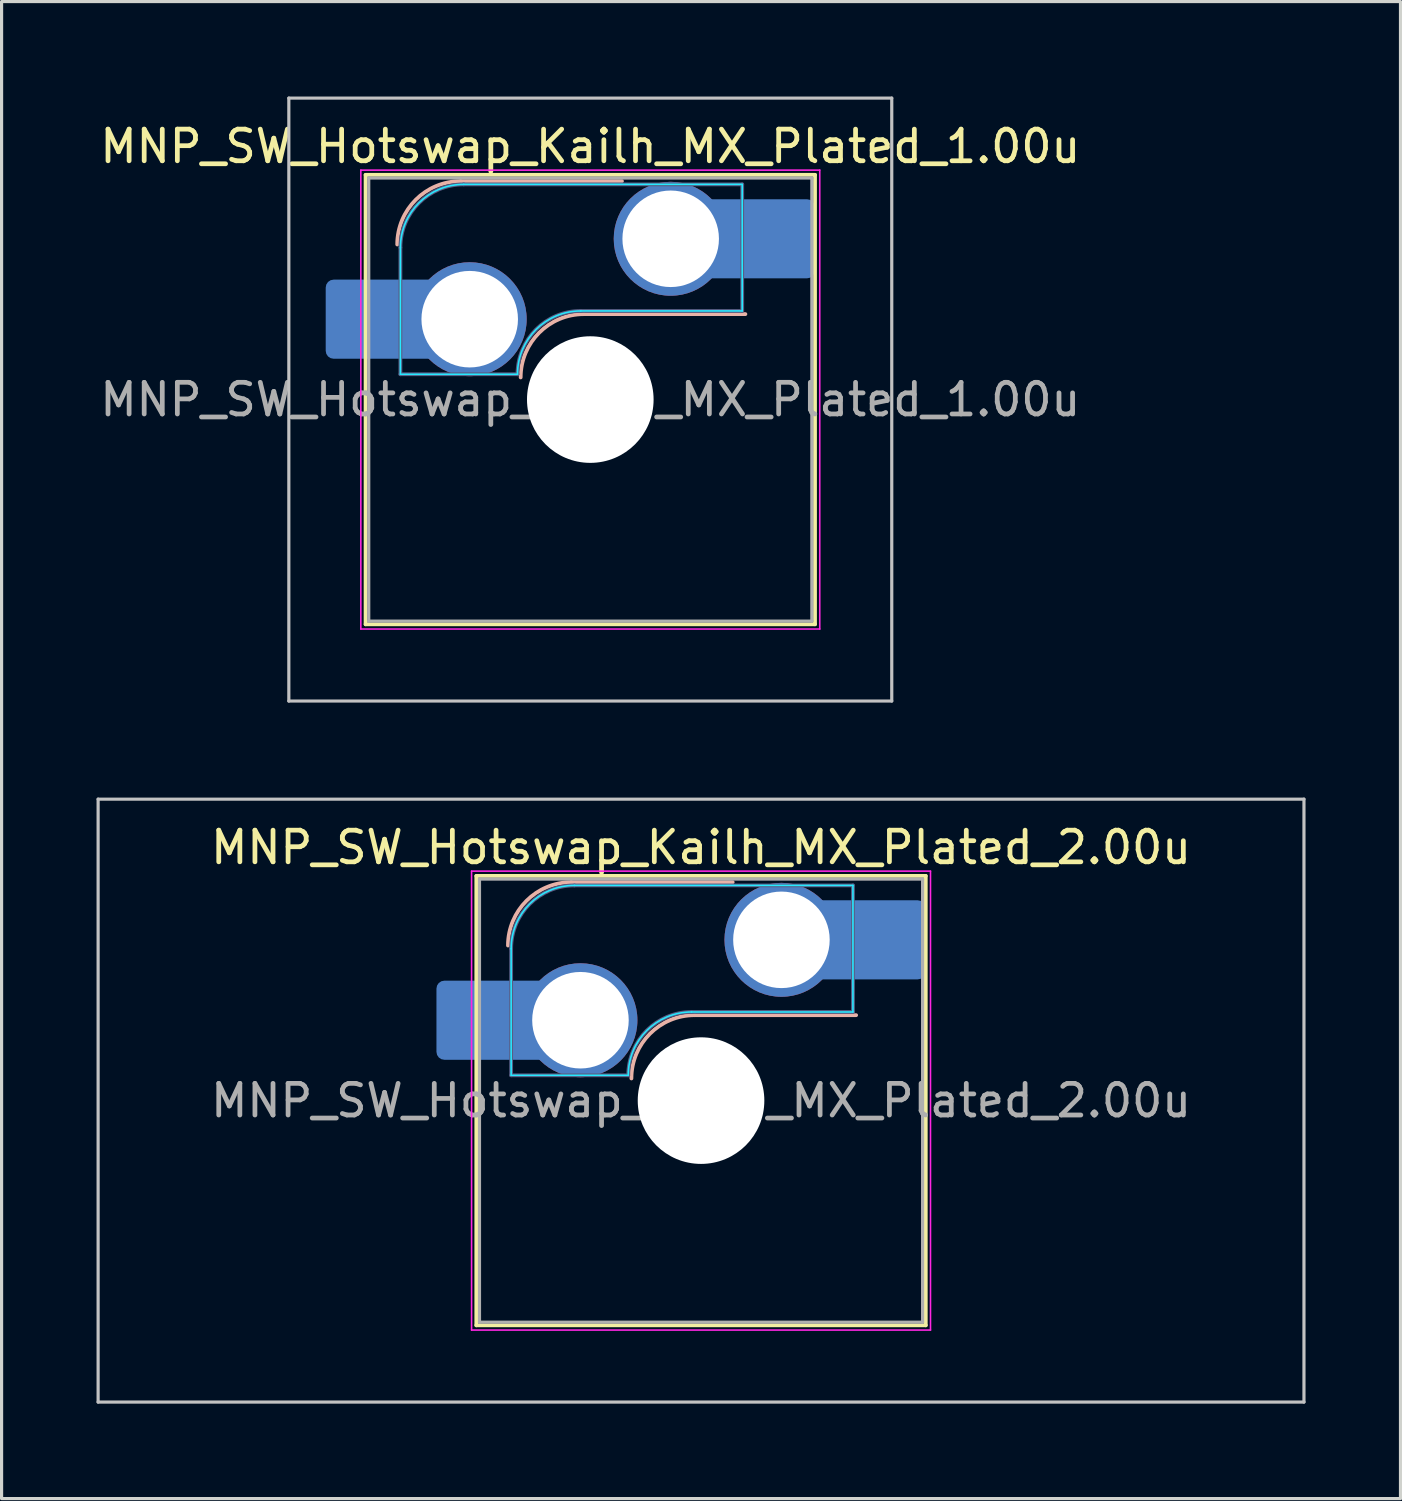
<source format=kicad_pcb>
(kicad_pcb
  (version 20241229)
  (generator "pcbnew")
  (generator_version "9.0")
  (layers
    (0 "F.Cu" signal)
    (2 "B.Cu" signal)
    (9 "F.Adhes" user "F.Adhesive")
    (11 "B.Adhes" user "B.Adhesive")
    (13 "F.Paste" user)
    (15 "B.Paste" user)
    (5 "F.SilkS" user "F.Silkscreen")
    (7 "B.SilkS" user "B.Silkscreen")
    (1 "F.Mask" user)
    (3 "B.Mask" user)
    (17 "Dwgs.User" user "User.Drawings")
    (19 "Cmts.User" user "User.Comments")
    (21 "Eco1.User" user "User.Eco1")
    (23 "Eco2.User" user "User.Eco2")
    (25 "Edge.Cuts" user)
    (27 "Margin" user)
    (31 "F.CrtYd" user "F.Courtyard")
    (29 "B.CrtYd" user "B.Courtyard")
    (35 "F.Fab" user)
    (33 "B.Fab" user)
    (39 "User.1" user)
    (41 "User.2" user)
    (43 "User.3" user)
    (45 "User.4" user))
  (footprint "MNP_SW_Hotswap_Kailh_MX_Plated_1.00u"
    (layer "F.Cu")
    (at 15.601 9.575)
    (property "Reference" "MNP_SW_Hotswap_Kailh_MX_Plated_1.00u" (at 0 -8 0) (layer "F.SilkS") (effects (font (size 1 1) (thickness 0.15))))
    (attr smd)
    (fp_line (start -7.1 -7.1) (end -7.1 7.1) (stroke (width 0.12) (type solid)) (layer "F.SilkS"))
    (fp_line (start -7.1 7.1) (end 7.1 7.1) (stroke (width 0.12) (type solid)) (layer "F.SilkS"))
    (fp_line (start 7.1 -7.1) (end -7.1 -7.1) (stroke (width 0.12) (type solid)) (layer "F.SilkS"))
    (fp_line (start 7.1 7.1) (end 7.1 -7.1) (stroke (width 0.12) (type solid)) (layer "F.SilkS"))
    (fp_line (start -4.1 -6.9) (end 1 -6.9) (stroke (width 0.12) (type solid)) (layer "B.SilkS"))
    (fp_line (start -0.2 -2.7) (end 4.9 -2.7) (stroke (width 0.12) (type solid)) (layer "B.SilkS"))
    (fp_arc (start -6.1 -4.9) (mid -5.514214 -6.314214) (end -4.1 -6.9) (stroke (width 0.12) (type solid)) (layer "B.SilkS"))
    (fp_arc (start -2.2 -0.7) (mid -1.614214 -2.114214) (end -0.2 -2.7) (stroke (width 0.12) (type solid)) (layer "B.SilkS"))
    (fp_line (start -9.525 -9.525) (end -9.525 9.525) (stroke (width 0.1) (type solid)) (layer "Dwgs.User"))
    (fp_line (start -9.525 9.525) (end 9.525 9.525) (stroke (width 0.1) (type solid)) (layer "Dwgs.User"))
    (fp_line (start 9.525 -9.525) (end -9.525 -9.525) (stroke (width 0.1) (type solid)) (layer "Dwgs.User"))
    (fp_line (start 9.525 9.525) (end 9.525 -9.525) (stroke (width 0.1) (type solid)) (layer "Dwgs.User"))
    (fp_line (start -7.8 -6) (end -7 -6) (stroke (width 0.1) (type solid)) (layer "Eco1.User"))
    (fp_line (start -7.8 -2.9) (end -7.8 -6) (stroke (width 0.1) (type solid)) (layer "Eco1.User"))
    (fp_line (start -7.8 2.9) (end -7 2.9) (stroke (width 0.1) (type solid)) (layer "Eco1.User"))
    (fp_line (start -7.8 6) (end -7.8 2.9) (stroke (width 0.1) (type solid)) (layer "Eco1.User"))
    (fp_line (start -7 -7) (end 7 -7) (stroke (width 0.1) (type solid)) (layer "Eco1.User"))
    (fp_line (start -7 -6) (end -7 -7) (stroke (width 0.1) (type solid)) (layer "Eco1.User"))
    (fp_line (start -7 -2.9) (end -7.8 -2.9) (stroke (width 0.1) (type solid)) (layer "Eco1.User"))
    (fp_line (start -7 2.9) (end -7 -2.9) (stroke (width 0.1) (type solid)) (layer "Eco1.User"))
    (fp_line (start -7 6) (end -7.8 6) (stroke (width 0.1) (type solid)) (layer "Eco1.User"))
    (fp_line (start -7 7) (end -7 6) (stroke (width 0.1) (type solid)) (layer "Eco1.User"))
    (fp_line (start 7 -7) (end 7 -6) (stroke (width 0.1) (type solid)) (layer "Eco1.User"))
    (fp_line (start 7 -6) (end 7.8 -6) (stroke (width 0.1) (type solid)) (layer "Eco1.User"))
    (fp_line (start 7 -2.9) (end 7 2.9) (stroke (width 0.1) (type solid)) (layer "Eco1.User"))
    (fp_line (start 7 2.9) (end 7.8 2.9) (stroke (width 0.1) (type solid)) (layer "Eco1.User"))
    (fp_line (start 7 6) (end 7 7) (stroke (width 0.1) (type solid)) (layer "Eco1.User"))
    (fp_line (start 7 7) (end -7 7) (stroke (width 0.1) (type solid)) (layer "Eco1.User"))
    (fp_line (start 7.8 -6) (end 7.8 -2.9) (stroke (width 0.1) (type solid)) (layer "Eco1.User"))
    (fp_line (start 7.8 -2.9) (end 7 -2.9) (stroke (width 0.1) (type solid)) (layer "Eco1.User"))
    (fp_line (start 7.8 2.9) (end 7.8 6) (stroke (width 0.1) (type solid)) (layer "Eco1.User"))
    (fp_line (start 7.8 6) (end 7 6) (stroke (width 0.1) (type solid)) (layer "Eco1.User"))
    (fp_line (start -6 -0.8) (end -6 -4.8) (stroke (width 0.05) (type solid)) (layer "B.CrtYd"))
    (fp_line (start -6 -0.8) (end -2.3 -0.8) (stroke (width 0.05) (type solid)) (layer "B.CrtYd"))
    (fp_line (start -4 -6.8) (end 4.8 -6.8) (stroke (width 0.05) (type solid)) (layer "B.CrtYd"))
    (fp_line (start -0.3 -2.8) (end 4.8 -2.8) (stroke (width 0.05) (type solid)) (layer "B.CrtYd"))
    (fp_line (start 4.8 -6.8) (end 4.8 -2.8) (stroke (width 0.05) (type solid)) (layer "B.CrtYd"))
    (fp_arc (start -6 -4.8) (mid -5.414214 -6.214214) (end -4 -6.8) (stroke (width 0.05) (type solid)) (layer "B.CrtYd"))
    (fp_arc (start -2.3 -0.8) (mid -1.714214 -2.214214) (end -0.3 -2.8) (stroke (width 0.05) (type solid)) (layer "B.CrtYd"))
    (fp_line (start -7.25 -7.25) (end -7.25 7.25) (stroke (width 0.05) (type solid)) (layer "F.CrtYd"))
    (fp_line (start -7.25 7.25) (end 7.25 7.25) (stroke (width 0.05) (type solid)) (layer "F.CrtYd"))
    (fp_line (start 7.25 -7.25) (end -7.25 -7.25) (stroke (width 0.05) (type solid)) (layer "F.CrtYd"))
    (fp_line (start 7.25 7.25) (end 7.25 -7.25) (stroke (width 0.05) (type solid)) (layer "F.CrtYd"))
    (fp_line (start -6 -0.8) (end -6 -4.8) (stroke (width 0.12) (type solid)) (layer "B.Fab"))
    (fp_line (start -6 -0.8) (end -2.3 -0.8) (stroke (width 0.12) (type solid)) (layer "B.Fab"))
    (fp_line (start -4 -6.8) (end 4.8 -6.8) (stroke (width 0.12) (type solid)) (layer "B.Fab"))
    (fp_line (start -0.3 -2.8) (end 4.8 -2.8) (stroke (width 0.12) (type solid)) (layer "B.Fab"))
    (fp_line (start 4.8 -6.8) (end 4.8 -2.8) (stroke (width 0.12) (type solid)) (layer "B.Fab"))
    (fp_arc (start -6 -4.8) (mid -5.414214 -6.214214) (end -4 -6.8) (stroke (width 0.12) (type solid)) (layer "B.Fab"))
    (fp_arc (start -2.3 -0.8) (mid -1.714214 -2.214214) (end -0.3 -2.8) (stroke (width 0.12) (type solid)) (layer "B.Fab"))
    (fp_line (start -7 -7) (end -7 7) (stroke (width 0.1) (type solid)) (layer "F.Fab"))
    (fp_line (start -7 7) (end 7 7) (stroke (width 0.1) (type solid)) (layer "F.Fab"))
    (fp_line (start 7 -7) (end -7 -7) (stroke (width 0.1) (type solid)) (layer "F.Fab"))
    (fp_line (start 7 7) (end 7 -7) (stroke (width 0.1) (type solid)) (layer "F.Fab"))
    (fp_text user "${REFERENCE}" (at 0 0 0) (layer "F.Fab") (effects (font (size 1 1) (thickness 0.15))))
    (pad "" smd roundrect (at -7.085 -2.54) (size 2.55 2.5) (layers "B.Mask" "B.Paste") (roundrect_rratio 0.1))
    (pad "" np_thru_hole circle (at 0 0) (size 4 4) (drill 4) (layers "*.Cu" "*.Mask"))
    (pad "" smd roundrect (at 5.842 -5.08) (size 2.55 2.5) (layers "B.Mask" "B.Paste") (roundrect_rratio 0.1))
    (pad "1" smd roundrect (at -6.585 -2.54) (size 3.55 2.5) (layers "B.Cu") (roundrect_rratio 0.1))
    (pad "1" thru_hole circle (at -3.81 -2.54) (size 3.6 3.6) (drill 3.05) (layers "*.Cu" "*.Mask"))
    (pad "2" thru_hole circle (at 2.54 -5.08) (size 3.6 3.6) (drill 3.05) (layers "*.Cu" "*.Mask"))
    (pad "2" smd roundrect (at 5.32 -5.08) (size 3.55 2.5) (layers "B.Cu") (roundrect_rratio 0.1)))
  (footprint "MNP_SW_Hotswap_Kailh_MX_Plated_2.00u"
    (layer "F.Cu")
    (at 19.1 31.725)
    (property "Reference" "MNP_SW_Hotswap_Kailh_MX_Plated_2.00u" (at 0 -8 0) (layer "F.SilkS") (effects (font (size 1 1) (thickness 0.15))))
    (attr smd)
    (fp_line (start -7.1 -7.1) (end -7.1 7.1) (stroke (width 0.12) (type solid)) (layer "F.SilkS"))
    (fp_line (start -7.1 7.1) (end 7.1 7.1) (stroke (width 0.12) (type solid)) (layer "F.SilkS"))
    (fp_line (start 7.1 -7.1) (end -7.1 -7.1) (stroke (width 0.12) (type solid)) (layer "F.SilkS"))
    (fp_line (start 7.1 7.1) (end 7.1 -7.1) (stroke (width 0.12) (type solid)) (layer "F.SilkS"))
    (fp_line (start -4.1 -6.9) (end 1 -6.9) (stroke (width 0.12) (type solid)) (layer "B.SilkS"))
    (fp_line (start -0.2 -2.7) (end 4.9 -2.7) (stroke (width 0.12) (type solid)) (layer "B.SilkS"))
    (fp_arc (start -6.1 -4.9) (mid -5.514214 -6.314214) (end -4.1 -6.9) (stroke (width 0.12) (type solid)) (layer "B.SilkS"))
    (fp_arc (start -2.2 -0.7) (mid -1.614214 -2.114214) (end -0.2 -2.7) (stroke (width 0.12) (type solid)) (layer "B.SilkS"))
    (fp_line (start -19.05 -9.525) (end -19.05 9.525) (stroke (width 0.1) (type solid)) (layer "Dwgs.User"))
    (fp_line (start -19.05 9.525) (end 19.05 9.525) (stroke (width 0.1) (type solid)) (layer "Dwgs.User"))
    (fp_line (start 19.05 -9.525) (end -19.05 -9.525) (stroke (width 0.1) (type solid)) (layer "Dwgs.User"))
    (fp_line (start 19.05 9.525) (end 19.05 -9.525) (stroke (width 0.1) (type solid)) (layer "Dwgs.User"))
    (fp_line (start -7.8 -6) (end -7 -6) (stroke (width 0.1) (type solid)) (layer "Eco1.User"))
    (fp_line (start -7.8 -2.9) (end -7.8 -6) (stroke (width 0.1) (type solid)) (layer "Eco1.User"))
    (fp_line (start -7.8 2.9) (end -7 2.9) (stroke (width 0.1) (type solid)) (layer "Eco1.User"))
    (fp_line (start -7.8 6) (end -7.8 2.9) (stroke (width 0.1) (type solid)) (layer "Eco1.User"))
    (fp_line (start -7 -7) (end 7 -7) (stroke (width 0.1) (type solid)) (layer "Eco1.User"))
    (fp_line (start -7 -6) (end -7 -7) (stroke (width 0.1) (type solid)) (layer "Eco1.User"))
    (fp_line (start -7 -2.9) (end -7.8 -2.9) (stroke (width 0.1) (type solid)) (layer "Eco1.User"))
    (fp_line (start -7 2.9) (end -7 -2.9) (stroke (width 0.1) (type solid)) (layer "Eco1.User"))
    (fp_line (start -7 6) (end -7.8 6) (stroke (width 0.1) (type solid)) (layer "Eco1.User"))
    (fp_line (start -7 7) (end -7 6) (stroke (width 0.1) (type solid)) (layer "Eco1.User"))
    (fp_line (start 7 -7) (end 7 -6) (stroke (width 0.1) (type solid)) (layer "Eco1.User"))
    (fp_line (start 7 -6) (end 7.8 -6) (stroke (width 0.1) (type solid)) (layer "Eco1.User"))
    (fp_line (start 7 -2.9) (end 7 2.9) (stroke (width 0.1) (type solid)) (layer "Eco1.User"))
    (fp_line (start 7 2.9) (end 7.8 2.9) (stroke (width 0.1) (type solid)) (layer "Eco1.User"))
    (fp_line (start 7 6) (end 7 7) (stroke (width 0.1) (type solid)) (layer "Eco1.User"))
    (fp_line (start 7 7) (end -7 7) (stroke (width 0.1) (type solid)) (layer "Eco1.User"))
    (fp_line (start 7.8 -6) (end 7.8 -2.9) (stroke (width 0.1) (type solid)) (layer "Eco1.User"))
    (fp_line (start 7.8 -2.9) (end 7 -2.9) (stroke (width 0.1) (type solid)) (layer "Eco1.User"))
    (fp_line (start 7.8 2.9) (end 7.8 6) (stroke (width 0.1) (type solid)) (layer "Eco1.User"))
    (fp_line (start 7.8 6) (end 7 6) (stroke (width 0.1) (type solid)) (layer "Eco1.User"))
    (fp_line (start -6 -0.8) (end -6 -4.8) (stroke (width 0.05) (type solid)) (layer "B.CrtYd"))
    (fp_line (start -6 -0.8) (end -2.3 -0.8) (stroke (width 0.05) (type solid)) (layer "B.CrtYd"))
    (fp_line (start -4 -6.8) (end 4.8 -6.8) (stroke (width 0.05) (type solid)) (layer "B.CrtYd"))
    (fp_line (start -0.3 -2.8) (end 4.8 -2.8) (stroke (width 0.05) (type solid)) (layer "B.CrtYd"))
    (fp_line (start 4.8 -6.8) (end 4.8 -2.8) (stroke (width 0.05) (type solid)) (layer "B.CrtYd"))
    (fp_arc (start -6 -4.8) (mid -5.414214 -6.214214) (end -4 -6.8) (stroke (width 0.05) (type solid)) (layer "B.CrtYd"))
    (fp_arc (start -2.3 -0.8) (mid -1.714214 -2.214214) (end -0.3 -2.8) (stroke (width 0.05) (type solid)) (layer "B.CrtYd"))
    (fp_line (start -7.25 -7.25) (end -7.25 7.25) (stroke (width 0.05) (type solid)) (layer "F.CrtYd"))
    (fp_line (start -7.25 7.25) (end 7.25 7.25) (stroke (width 0.05) (type solid)) (layer "F.CrtYd"))
    (fp_line (start 7.25 -7.25) (end -7.25 -7.25) (stroke (width 0.05) (type solid)) (layer "F.CrtYd"))
    (fp_line (start 7.25 7.25) (end 7.25 -7.25) (stroke (width 0.05) (type solid)) (layer "F.CrtYd"))
    (fp_line (start -6 -0.8) (end -6 -4.8) (stroke (width 0.12) (type solid)) (layer "B.Fab"))
    (fp_line (start -6 -0.8) (end -2.3 -0.8) (stroke (width 0.12) (type solid)) (layer "B.Fab"))
    (fp_line (start -4 -6.8) (end 4.8 -6.8) (stroke (width 0.12) (type solid)) (layer "B.Fab"))
    (fp_line (start -0.3 -2.8) (end 4.8 -2.8) (stroke (width 0.12) (type solid)) (layer "B.Fab"))
    (fp_line (start 4.8 -6.8) (end 4.8 -2.8) (stroke (width 0.12) (type solid)) (layer "B.Fab"))
    (fp_arc (start -6 -4.8) (mid -5.414214 -6.214214) (end -4 -6.8) (stroke (width 0.12) (type solid)) (layer "B.Fab"))
    (fp_arc (start -2.3 -0.8) (mid -1.714214 -2.214214) (end -0.3 -2.8) (stroke (width 0.12) (type solid)) (layer "B.Fab"))
    (fp_line (start -7 -7) (end -7 7) (stroke (width 0.1) (type solid)) (layer "F.Fab"))
    (fp_line (start -7 7) (end 7 7) (stroke (width 0.1) (type solid)) (layer "F.Fab"))
    (fp_line (start 7 -7) (end -7 -7) (stroke (width 0.1) (type solid)) (layer "F.Fab"))
    (fp_line (start 7 7) (end 7 -7) (stroke (width 0.1) (type solid)) (layer "F.Fab"))
    (fp_text user "${REFERENCE}" (at 0 0 0) (layer "F.Fab") (effects (font (size 1 1) (thickness 0.15))))
    (pad "" smd roundrect (at -7.085 -2.54) (size 2.55 2.5) (layers "B.Mask" "B.Paste") (roundrect_rratio 0.1))
    (pad "" np_thru_hole circle (at 0 0) (size 4 4) (drill 4) (layers "*.Cu" "*.Mask"))
    (pad "" smd roundrect (at 5.842 -5.08) (size 2.55 2.5) (layers "B.Mask" "B.Paste") (roundrect_rratio 0.1))
    (pad "1" smd roundrect (at -6.585 -2.54) (size 3.55 2.5) (layers "B.Cu") (roundrect_rratio 0.1))
    (pad "1" thru_hole circle (at -3.81 -2.54) (size 3.6 3.6) (drill 3.05) (layers "*.Cu" "*.Mask"))
    (pad "2" thru_hole circle (at 2.54 -5.08) (size 3.6 3.6) (drill 3.05) (layers "*.Cu" "*.Mask"))
    (pad "2" smd roundrect (at 5.32 -5.08) (size 3.55 2.5) (layers "B.Cu") (roundrect_rratio 0.1)))
  (gr_rect
    (start -3 -3)
    (end 41.2 44.3)
    (stroke (width 0.1) (type default))
    (fill no)
    (layer "Edge.Cuts")))
</source>
